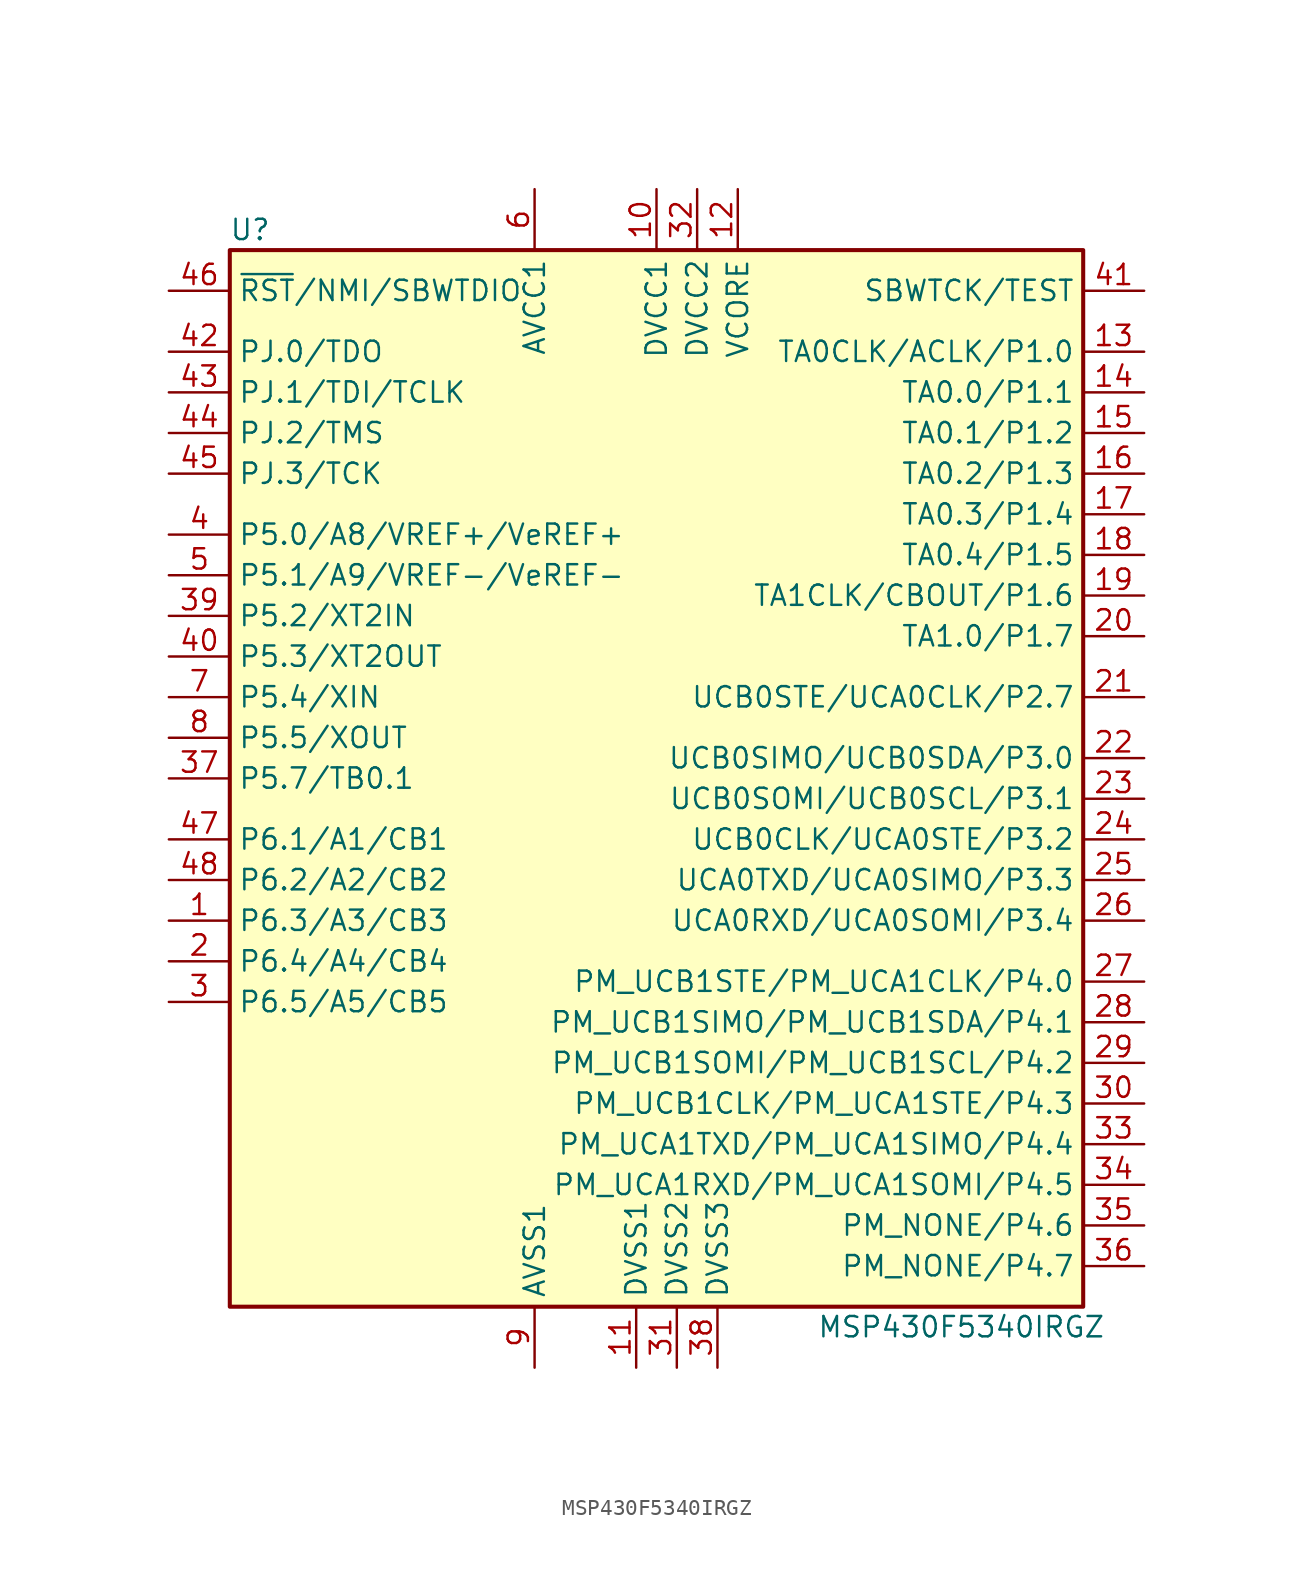
<source format=kicad_sym>
(kicad_symbol_lib
  (version 20201005)
  (generator kicad_symbol_editor)
  (symbol "MSP430F5340IRGZ"
    (property "Reference" "U"
      (at -26.67 34.29 0)
      (effects (font (size 1.27 1.27))))
    (property "Value" "MSP430F5340IRGZ"
      (at 17.78 -34.29 0)
      (effects (font (size 1.27 1.27))))
    (symbol "MSP430F5340IRGZ_0_1"
      (rectangle (start -27.94 33.02) (end 25.4 -33.02) (stroke (width 0.254)) (fill (type background))))
    (symbol "MSP430F5340IRGZ_1_1"
      (pin bidirectional line (at -31.75 -8.89 0) (length 3.81) (name "P6.3/A3/CB3" (effects (font (size 1.27 1.27)))) (number "1" (effects (font (size 1.27 1.27)))))
      (pin power_in line (at -1.27 36.83 270) (length 3.81) (name "DVCC1" (effects (font (size 1.27 1.27)))) (number "10" (effects (font (size 1.27 1.27)))))
      (pin power_in line (at -2.54 -36.83 90) (length 3.81) (name "DVSS1" (effects (font (size 1.27 1.27)))) (number "11" (effects (font (size 1.27 1.27)))))
      (pin passive line (at 3.81 36.83 270) (length 3.81) (name "VCORE" (effects (font (size 1.27 1.27)))) (number "12" (effects (font (size 1.27 1.27)))))
      (pin bidirectional line (at 29.21 26.67 180) (length 3.81) (name "TA0CLK/ACLK/P1.0" (effects (font (size 1.27 1.27)))) (number "13" (effects (font (size 1.27 1.27)))))
      (pin bidirectional line (at 29.21 24.13 180) (length 3.81) (name "TA0.0/P1.1" (effects (font (size 1.27 1.27)))) (number "14" (effects (font (size 1.27 1.27)))))
      (pin bidirectional line (at 29.21 21.59 180) (length 3.81) (name "TA0.1/P1.2" (effects (font (size 1.27 1.27)))) (number "15" (effects (font (size 1.27 1.27)))))
      (pin bidirectional line (at 29.21 19.05 180) (length 3.81) (name "TA0.2/P1.3" (effects (font (size 1.27 1.27)))) (number "16" (effects (font (size 1.27 1.27)))))
      (pin bidirectional line (at 29.21 16.51 180) (length 3.81) (name "TA0.3/P1.4" (effects (font (size 1.27 1.27)))) (number "17" (effects (font (size 1.27 1.27)))))
      (pin bidirectional line (at 29.21 13.97 180) (length 3.81) (name "TA0.4/P1.5" (effects (font (size 1.27 1.27)))) (number "18" (effects (font (size 1.27 1.27)))))
      (pin bidirectional line (at 29.21 11.43 180) (length 3.81) (name "TA1CLK/CBOUT/P1.6" (effects (font (size 1.27 1.27)))) (number "19" (effects (font (size 1.27 1.27)))))
      (pin bidirectional line (at -31.75 -11.43 0) (length 3.81) (name "P6.4/A4/CB4" (effects (font (size 1.27 1.27)))) (number "2" (effects (font (size 1.27 1.27)))))
      (pin bidirectional line (at 29.21 8.89 180) (length 3.81) (name "TA1.0/P1.7" (effects (font (size 1.27 1.27)))) (number "20" (effects (font (size 1.27 1.27)))))
      (pin bidirectional line (at 29.21 5.08 180) (length 3.81) (name "UCB0STE/UCA0CLK/P2.7" (effects (font (size 1.27 1.27)))) (number "21" (effects (font (size 1.27 1.27)))))
      (pin bidirectional line (at 29.21 1.27 180) (length 3.81) (name "UCB0SIMO/UCB0SDA/P3.0" (effects (font (size 1.27 1.27)))) (number "22" (effects (font (size 1.27 1.27)))))
      (pin bidirectional line (at 29.21 -1.27 180) (length 3.81) (name "UCB0SOMI/UCB0SCL/P3.1" (effects (font (size 1.27 1.27)))) (number "23" (effects (font (size 1.27 1.27)))))
      (pin bidirectional line (at 29.21 -3.81 180) (length 3.81) (name "UCB0CLK/UCA0STE/P3.2" (effects (font (size 1.27 1.27)))) (number "24" (effects (font (size 1.27 1.27)))))
      (pin bidirectional line (at 29.21 -6.35 180) (length 3.81) (name "UCA0TXD/UCA0SIMO/P3.3" (effects (font (size 1.27 1.27)))) (number "25" (effects (font (size 1.27 1.27)))))
      (pin bidirectional line (at 29.21 -8.89 180) (length 3.81) (name "UCA0RXD/UCA0SOMI/P3.4" (effects (font (size 1.27 1.27)))) (number "26" (effects (font (size 1.27 1.27)))))
      (pin bidirectional line (at 29.21 -12.7 180) (length 3.81) (name "PM_UCB1STE/PM_UCA1CLK/P4.0" (effects (font (size 1.27 1.27)))) (number "27" (effects (font (size 1.27 1.27)))))
      (pin bidirectional line (at 29.21 -15.24 180) (length 3.81) (name "PM_UCB1SIMO/PM_UCB1SDA/P4.1" (effects (font (size 1.27 1.27)))) (number "28" (effects (font (size 1.27 1.27)))))
      (pin bidirectional line (at 29.21 -17.78 180) (length 3.81) (name "PM_UCB1SOMI/PM_UCB1SCL/P4.2" (effects (font (size 1.27 1.27)))) (number "29" (effects (font (size 1.27 1.27)))))
      (pin bidirectional line (at -31.75 -13.97 0) (length 3.81) (name "P6.5/A5/CB5" (effects (font (size 1.27 1.27)))) (number "3" (effects (font (size 1.27 1.27)))))
      (pin bidirectional line (at 29.21 -20.32 180) (length 3.81) (name "PM_UCB1CLK/PM_UCA1STE/P4.3" (effects (font (size 1.27 1.27)))) (number "30" (effects (font (size 1.27 1.27)))))
      (pin power_in line (at 0 -36.83 90) (length 3.81) (name "DVSS2" (effects (font (size 1.27 1.27)))) (number "31" (effects (font (size 1.27 1.27)))))
      (pin power_in line (at 1.27 36.83 270) (length 3.81) (name "DVCC2" (effects (font (size 1.27 1.27)))) (number "32" (effects (font (size 1.27 1.27)))))
      (pin bidirectional line (at 29.21 -22.86 180) (length 3.81) (name "PM_UCA1TXD/PM_UCA1SIMO/P4.4" (effects (font (size 1.27 1.27)))) (number "33" (effects (font (size 1.27 1.27)))))
      (pin bidirectional line (at 29.21 -25.4 180) (length 3.81) (name "PM_UCA1RXD/PM_UCA1SOMI/P4.5" (effects (font (size 1.27 1.27)))) (number "34" (effects (font (size 1.27 1.27)))))
      (pin bidirectional line (at 29.21 -27.94 180) (length 3.81) (name "PM_NONE/P4.6" (effects (font (size 1.27 1.27)))) (number "35" (effects (font (size 1.27 1.27)))))
      (pin bidirectional line (at 29.21 -30.48 180) (length 3.81) (name "PM_NONE/P4.7" (effects (font (size 1.27 1.27)))) (number "36" (effects (font (size 1.27 1.27)))))
      (pin bidirectional line (at -31.75 0 0) (length 3.81) (name "P5.7/TB0.1" (effects (font (size 1.27 1.27)))) (number "37" (effects (font (size 1.27 1.27)))))
      (pin power_in line (at 2.54 -36.83 90) (length 3.81) (name "DVSS3" (effects (font (size 1.27 1.27)))) (number "38" (effects (font (size 1.27 1.27)))))
      (pin bidirectional line (at -31.75 10.16 0) (length 3.81) (name "P5.2/XT2IN" (effects (font (size 1.27 1.27)))) (number "39" (effects (font (size 1.27 1.27)))))
      (pin bidirectional line (at -31.75 15.24 0) (length 3.81) (name "P5.0/A8/VREF+/VeREF+" (effects (font (size 1.27 1.27)))) (number "4" (effects (font (size 1.27 1.27)))))
      (pin bidirectional line (at -31.75 7.62 0) (length 3.81) (name "P5.3/XT2OUT" (effects (font (size 1.27 1.27)))) (number "40" (effects (font (size 1.27 1.27)))))
      (pin input line (at 29.21 30.48 180) (length 3.81) (name "SBWTCK/TEST" (effects (font (size 1.27 1.27)))) (number "41" (effects (font (size 1.27 1.27)))))
      (pin bidirectional line (at -31.75 26.67 0) (length 3.81) (name "PJ.0/TDO" (effects (font (size 1.27 1.27)))) (number "42" (effects (font (size 1.27 1.27)))))
      (pin bidirectional line (at -31.75 24.13 0) (length 3.81) (name "PJ.1/TDI/TCLK" (effects (font (size 1.27 1.27)))) (number "43" (effects (font (size 1.27 1.27)))))
      (pin bidirectional line (at -31.75 21.59 0) (length 3.81) (name "PJ.2/TMS" (effects (font (size 1.27 1.27)))) (number "44" (effects (font (size 1.27 1.27)))))
      (pin bidirectional line (at -31.75 19.05 0) (length 3.81) (name "PJ.3/TCK" (effects (font (size 1.27 1.27)))) (number "45" (effects (font (size 1.27 1.27)))))
      (pin input line (at -31.75 30.48 0) (length 3.81) (name "~RST~/NMI/SBWTDIO" (effects (font (size 1.27 1.27)))) (number "46" (effects (font (size 1.27 1.27)))))
      (pin bidirectional line (at -31.75 -3.81 0) (length 3.81) (name "P6.1/A1/CB1" (effects (font (size 1.27 1.27)))) (number "47" (effects (font (size 1.27 1.27)))))
      (pin bidirectional line (at -31.75 -6.35 0) (length 3.81) (name "P6.2/A2/CB2" (effects (font (size 1.27 1.27)))) (number "48" (effects (font (size 1.27 1.27)))))
      (pin bidirectional line (at -31.75 12.7 0) (length 3.81) (name "P5.1/A9/VREF-/VeREF-" (effects (font (size 1.27 1.27)))) (number "5" (effects (font (size 1.27 1.27)))))
      (pin power_in line (at -8.89 36.83 270) (length 3.81) (name "AVCC1" (effects (font (size 1.27 1.27)))) (number "6" (effects (font (size 1.27 1.27)))))
      (pin bidirectional line (at -31.75 5.08 0) (length 3.81) (name "P5.4/XIN" (effects (font (size 1.27 1.27)))) (number "7" (effects (font (size 1.27 1.27)))))
      (pin bidirectional line (at -31.75 2.54 0) (length 3.81) (name "P5.5/XOUT" (effects (font (size 1.27 1.27)))) (number "8" (effects (font (size 1.27 1.27)))))
      (pin power_in line (at -8.89 -36.83 90) (length 3.81) (name "AVSS1" (effects (font (size 1.27 1.27)))) (number "9" (effects (font (size 1.27 1.27))))))))
</source>
